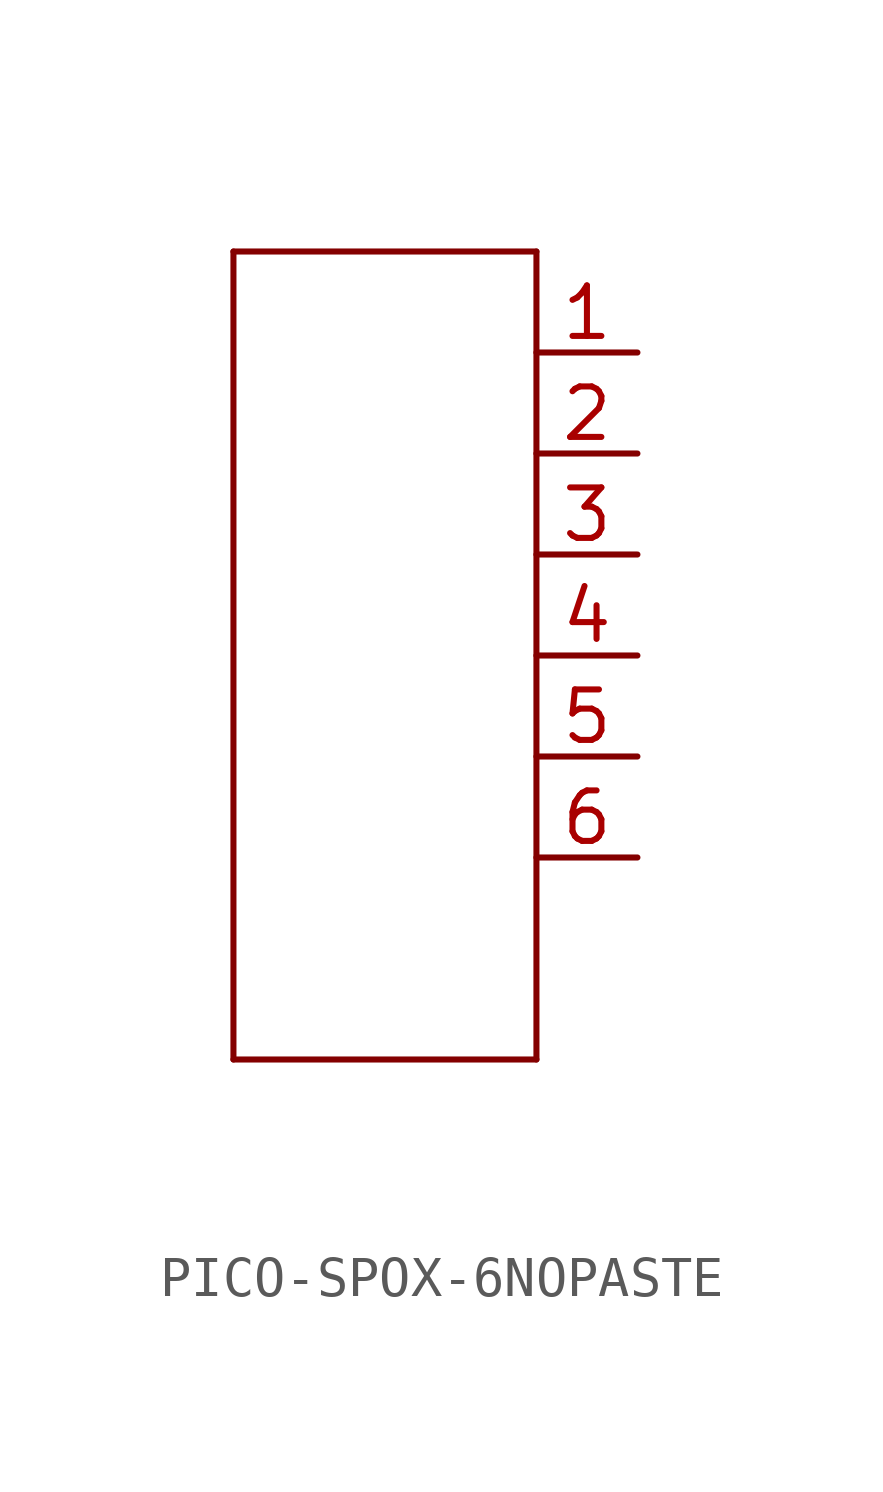
<source format=kicad_sym>
(kicad_symbol_lib
  (version 20220914)
  (generator kicad_symbol_editor)
  (symbol "PICO-SPOX-6NOPASTE"
    (property "Reference" ""
      (at -5.08 10.922 0)
      (effects (font (size 1.778 1.511)) (justify left bottom) hide))
    (property "Value" ""
      (at -5.08 -12.446 0)
      (effects (font (size 1.778 1.511)) (justify left bottom)))
    (property "ki_locked" ""
      (at 0 0 0)
      (effects (font (size 1.27 1.27))))
    (symbol "PICO-SPOX-6NOPASTE_1_0"
      (polyline (pts (xy -5.08 -10.16) (xy 2.54 -10.16)) (stroke (width 0.152) (type solid)) (fill (type none)))
      (polyline (pts (xy -5.08 10.16) (xy -5.08 -10.16)) (stroke (width 0.152) (type solid)) (fill (type none)))
      (polyline (pts (xy 2.54 -10.16) (xy 2.54 10.16)) (stroke (width 0.152) (type solid)) (fill (type none)))
      (polyline (pts (xy 2.54 10.16) (xy -5.08 10.16)) (stroke (width 0.152) (type solid)) (fill (type none)))
      (pin passive line (at 5.08 7.62 180) (length 2.54) (name "1" (effects (font (size 0 0)))) (number "1" (effects (font (size 1.27 1.27)))))
      (pin passive line (at 5.08 5.08 180) (length 2.54) (name "2" (effects (font (size 0 0)))) (number "2" (effects (font (size 1.27 1.27)))))
      (pin passive line (at 5.08 2.54 180) (length 2.54) (name "3" (effects (font (size 0 0)))) (number "3" (effects (font (size 1.27 1.27)))))
      (pin passive line (at 5.08 0 180) (length 2.54) (name "4" (effects (font (size 0 0)))) (number "4" (effects (font (size 1.27 1.27)))))
      (pin passive line (at 5.08 -2.54 180) (length 2.54) (name "5" (effects (font (size 0 0)))) (number "5" (effects (font (size 1.27 1.27)))))
      (pin passive line (at 5.08 -5.08 180) (length 2.54) (name "6" (effects (font (size 0 0)))) (number "6" (effects (font (size 1.27 1.27))))))))
</source>
